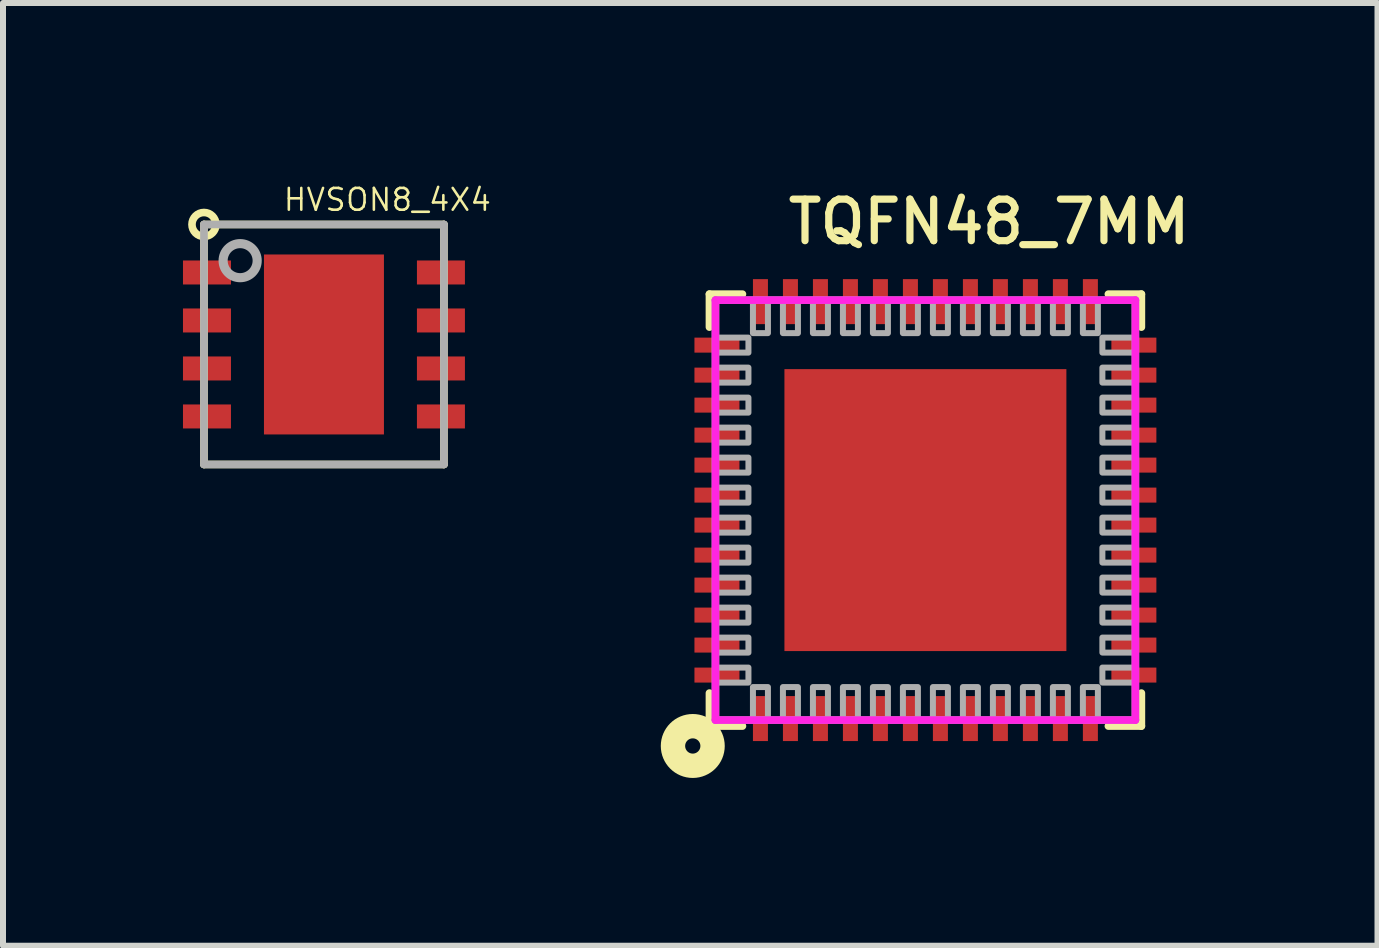
<source format=kicad_pcb>
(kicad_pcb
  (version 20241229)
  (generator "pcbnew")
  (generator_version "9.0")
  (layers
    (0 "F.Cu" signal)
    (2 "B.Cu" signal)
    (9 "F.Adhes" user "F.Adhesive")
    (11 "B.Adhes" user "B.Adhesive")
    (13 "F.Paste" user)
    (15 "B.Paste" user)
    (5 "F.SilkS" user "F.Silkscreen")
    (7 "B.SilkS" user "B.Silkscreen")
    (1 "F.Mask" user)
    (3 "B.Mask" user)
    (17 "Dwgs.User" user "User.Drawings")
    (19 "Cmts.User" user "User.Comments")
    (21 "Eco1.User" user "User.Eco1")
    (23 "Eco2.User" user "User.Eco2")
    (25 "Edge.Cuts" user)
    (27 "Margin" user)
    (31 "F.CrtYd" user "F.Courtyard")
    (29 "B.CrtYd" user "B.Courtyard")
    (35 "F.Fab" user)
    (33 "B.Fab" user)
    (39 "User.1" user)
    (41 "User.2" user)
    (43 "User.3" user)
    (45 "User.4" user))
  (footprint "HVSON8_4X4"
    (layer "F.Cu")
    (at 2.35 2.692)
    (property "Reference" "HVSON8_4X4" (at -0.7 -2.2 0) (unlocked yes) (layer "F.SilkS") (effects (font (size 0.363 0.363) (thickness 0.043)) (justify left bottom)))
    (fp_line (start -2 -2) (end 2 -2) (stroke (width 0.127) (type solid)) (layer "F.SilkS"))
    (fp_line (start -2 2) (end -2 -2) (stroke (width 0.127) (type solid)) (layer "F.SilkS"))
    (fp_line (start 2 -2) (end 2 2) (stroke (width 0.127) (type solid)) (layer "F.SilkS"))
    (fp_line (start 2 2) (end -2 2) (stroke (width 0.127) (type solid)) (layer "F.SilkS"))
    (fp_circle (center -2 -2) (end -1.8 -2) (stroke (width 0.127) (type solid)) (fill no) (layer "F.SilkS"))
    (fp_line (start -2 -2) (end 2 -2) (stroke (width 0.127) (type solid)) (layer "F.Fab"))
    (fp_line (start -2 2) (end -2 -2) (stroke (width 0.127) (type solid)) (layer "F.Fab"))
    (fp_line (start 2 -2) (end 2 2) (stroke (width 0.127) (type solid)) (layer "F.Fab"))
    (fp_line (start 2 2) (end -2 2) (stroke (width 0.127) (type solid)) (layer "F.Fab"))
    (fp_circle (center -1.397 -1.397) (end -1.113 -1.397) (stroke (width 0.152) (type solid)) (fill no) (layer "F.Fab"))
    (pad "1" smd rect (at -1.95 -1.2 90) (size 0.4 0.8) (layers "F.Cu" "F.Mask" "F.Paste"))
    (pad "2" smd rect (at -1.95 -0.4 90) (size 0.4 0.8) (layers "F.Cu" "F.Mask" "F.Paste"))
    (pad "3" smd rect (at -1.95 0.4 90) (size 0.4 0.8) (layers "F.Cu" "F.Mask" "F.Paste"))
    (pad "4" smd rect (at -1.95 1.2 90) (size 0.4 0.8) (layers "F.Cu" "F.Mask" "F.Paste"))
    (pad "5" smd rect (at 1.95 1.2 90) (size 0.4 0.8) (layers "F.Cu" "F.Mask" "F.Paste"))
    (pad "6" smd rect (at 1.95 0.4 90) (size 0.4 0.8) (layers "F.Cu" "F.Mask" "F.Paste"))
    (pad "7" smd rect (at 1.95 -0.4 90) (size 0.4 0.8) (layers "F.Cu" "F.Mask" "F.Paste"))
    (pad "8" smd rect (at 1.95 -1.2 90) (size 0.4 0.8) (layers "F.Cu" "F.Mask" "F.Paste"))
    (pad "9" smd rect (at 0 0) (size 2 3) (layers "F.Cu" "F.Mask")))
  (footprint "TQFN48_7MM"
    (layer "F.Cu")
    (at 12.376 5.453)
    (property "Reference" "TQFN48_7MM" (at -2.35 -4.4 0) (unlocked yes) (layer "F.SilkS") (effects (font (size 0.693 0.693) (thickness 0.12)) (justify left bottom)))
    (attr smd)
    (fp_line (start -3.6 -3.6) (end -3.6 -3.05) (stroke (width 0.127) (type solid)) (layer "F.SilkS"))
    (fp_line (start -3.6 3.05) (end -3.6 3.6) (stroke (width 0.127) (type solid)) (layer "F.SilkS"))
    (fp_line (start -3.6 3.6) (end -3.05 3.6) (stroke (width 0.127) (type solid)) (layer "F.SilkS"))
    (fp_line (start -3.05 -3.6) (end -3.6 -3.6) (stroke (width 0.127) (type solid)) (layer "F.SilkS"))
    (fp_line (start 3.05 -3.6) (end 3.6 -3.6) (stroke (width 0.127) (type solid)) (layer "F.SilkS"))
    (fp_line (start 3.6 -3.6) (end 3.6 -3.05) (stroke (width 0.127) (type solid)) (layer "F.SilkS"))
    (fp_line (start 3.6 3.05) (end 3.6 3.6) (stroke (width 0.127) (type solid)) (layer "F.SilkS"))
    (fp_line (start 3.6 3.6) (end 3.05 3.6) (stroke (width 0.127) (type solid)) (layer "F.SilkS"))
    (fp_circle (center -3.878 3.932) (end -3.751 3.932) (stroke (width 0.406) (type solid)) (fill no) (layer "F.SilkS"))
    (fp_poly (pts (xy -2 -0.5) (xy -1 -0.5) (xy -1 -2) (xy -2 -2)) (stroke (width 0) (type default)) (fill yes) (layer "F.Paste"))
    (fp_poly (pts (xy -2 2) (xy -1 2) (xy -1 0.5) (xy -2 0.5)) (stroke (width 0) (type default)) (fill yes) (layer "F.Paste"))
    (fp_poly (pts (xy -0.5 -0.5) (xy 0.5 -0.5) (xy 0.5 -2) (xy -0.5 -2)) (stroke (width 0) (type default)) (fill yes) (layer "F.Paste"))
    (fp_poly (pts (xy -0.5 2) (xy 0.5 2) (xy 0.5 0.5) (xy -0.5 0.5)) (stroke (width 0) (type default)) (fill yes) (layer "F.Paste"))
    (fp_poly (pts (xy 1 -0.5) (xy 2 -0.5) (xy 2 -2) (xy 1 -2)) (stroke (width 0) (type default)) (fill yes) (layer "F.Paste"))
    (fp_poly (pts (xy 1 2) (xy 2 2) (xy 2 0.5) (xy 1 0.5)) (stroke (width 0) (type default)) (fill yes) (layer "F.Paste"))
    (fp_line (start -3.5 -3.5) (end 3.5 -3.5) (stroke (width 0.127) (type solid)) (layer "F.CrtYd"))
    (fp_line (start -3.5 3.5) (end -3.5 -3.5) (stroke (width 0.127) (type solid)) (layer "F.CrtYd"))
    (fp_line (start 3.5 -3.5) (end 3.5 3.5) (stroke (width 0.127) (type solid)) (layer "F.CrtYd"))
    (fp_line (start 3.5 3.5) (end -3.5 3.5) (stroke (width 0.127) (type solid)) (layer "F.CrtYd"))
    (fp_line (start -3.5 -3.5) (end 3.5 -3.5) (stroke (width 0.127) (type solid)) (layer "F.Fab"))
    (fp_line (start -3.5 3.5) (end -3.5 -3.5) (stroke (width 0.127) (type solid)) (layer "F.Fab"))
    (fp_line (start 3.5 -3.5) (end 3.5 3.5) (stroke (width 0.127) (type solid)) (layer "F.Fab"))
    (fp_line (start 3.5 3.5) (end -3.5 3.5) (stroke (width 0.127) (type solid)) (layer "F.Fab"))
    (fp_poly (pts (xy -3.5 -2.625) (xy -2.95 -2.625) (xy -2.95 -2.875) (xy -3.5 -2.875)) (stroke (width 0.1) (type default)) (fill no) (layer "F.Fab"))
    (fp_poly (pts (xy -3.5 -2.125) (xy -2.95 -2.125) (xy -2.95 -2.375) (xy -3.5 -2.375)) (stroke (width 0.1) (type default)) (fill no) (layer "F.Fab"))
    (fp_poly (pts (xy -3.5 -1.625) (xy -2.95 -1.625) (xy -2.95 -1.875) (xy -3.5 -1.875)) (stroke (width 0.1) (type default)) (fill no) (layer "F.Fab"))
    (fp_poly (pts (xy -3.5 -1.125) (xy -2.95 -1.125) (xy -2.95 -1.375) (xy -3.5 -1.375)) (stroke (width 0.1) (type default)) (fill no) (layer "F.Fab"))
    (fp_poly (pts (xy -3.5 -0.625) (xy -2.95 -0.625) (xy -2.95 -0.875) (xy -3.5 -0.875)) (stroke (width 0.1) (type default)) (fill no) (layer "F.Fab"))
    (fp_poly (pts (xy -3.5 -0.125) (xy -2.95 -0.125) (xy -2.95 -0.375) (xy -3.5 -0.375)) (stroke (width 0.1) (type default)) (fill no) (layer "F.Fab"))
    (fp_poly (pts (xy -3.5 0.375) (xy -2.95 0.375) (xy -2.95 0.125) (xy -3.5 0.125)) (stroke (width 0.1) (type default)) (fill no) (layer "F.Fab"))
    (fp_poly (pts (xy -3.5 0.875) (xy -2.95 0.875) (xy -2.95 0.625) (xy -3.5 0.625)) (stroke (width 0.1) (type default)) (fill no) (layer "F.Fab"))
    (fp_poly (pts (xy -3.5 1.375) (xy -2.95 1.375) (xy -2.95 1.125) (xy -3.5 1.125)) (stroke (width 0.1) (type default)) (fill no) (layer "F.Fab"))
    (fp_poly (pts (xy -3.5 1.875) (xy -2.95 1.875) (xy -2.95 1.625) (xy -3.5 1.625)) (stroke (width 0.1) (type default)) (fill no) (layer "F.Fab"))
    (fp_poly (pts (xy -3.5 2.375) (xy -2.95 2.375) (xy -2.95 2.125) (xy -3.5 2.125)) (stroke (width 0.1) (type default)) (fill no) (layer "F.Fab"))
    (fp_poly (pts (xy -3.5 2.875) (xy -2.95 2.875) (xy -2.95 2.625) (xy -3.5 2.625)) (stroke (width 0.1) (type default)) (fill no) (layer "F.Fab"))
    (fp_poly (pts (xy -2.875 -3.5) (xy -2.875 -2.95) (xy -2.625 -2.95) (xy -2.625 -3.5)) (stroke (width 0.1) (type default)) (fill no) (layer "F.Fab"))
    (fp_poly (pts (xy -2.625 3.5) (xy -2.625 2.95) (xy -2.875 2.95) (xy -2.875 3.5)) (stroke (width 0.1) (type default)) (fill no) (layer "F.Fab"))
    (fp_poly (pts (xy -2.375 -3.5) (xy -2.375 -2.95) (xy -2.125 -2.95) (xy -2.125 -3.5)) (stroke (width 0.1) (type default)) (fill no) (layer "F.Fab"))
    (fp_poly (pts (xy -2.125 3.5) (xy -2.125 2.95) (xy -2.375 2.95) (xy -2.375 3.5)) (stroke (width 0.1) (type default)) (fill no) (layer "F.Fab"))
    (fp_poly (pts (xy -1.875 -3.5) (xy -1.875 -2.95) (xy -1.625 -2.95) (xy -1.625 -3.5)) (stroke (width 0.1) (type default)) (fill no) (layer "F.Fab"))
    (fp_poly (pts (xy -1.625 3.5) (xy -1.625 2.95) (xy -1.875 2.95) (xy -1.875 3.5)) (stroke (width 0.1) (type default)) (fill no) (layer "F.Fab"))
    (fp_poly (pts (xy -1.375 -3.5) (xy -1.375 -2.95) (xy -1.125 -2.95) (xy -1.125 -3.5)) (stroke (width 0.1) (type default)) (fill no) (layer "F.Fab"))
    (fp_poly (pts (xy -1.125 3.5) (xy -1.125 2.95) (xy -1.375 2.95) (xy -1.375 3.5)) (stroke (width 0.1) (type default)) (fill no) (layer "F.Fab"))
    (fp_poly (pts (xy -0.875 -3.5) (xy -0.875 -2.95) (xy -0.625 -2.95) (xy -0.625 -3.5)) (stroke (width 0.1) (type default)) (fill no) (layer "F.Fab"))
    (fp_poly (pts (xy -0.625 3.5) (xy -0.625 2.95) (xy -0.875 2.95) (xy -0.875 3.5)) (stroke (width 0.1) (type default)) (fill no) (layer "F.Fab"))
    (fp_poly (pts (xy -0.375 -3.5) (xy -0.375 -2.95) (xy -0.125 -2.95) (xy -0.125 -3.5)) (stroke (width 0.1) (type default)) (fill no) (layer "F.Fab"))
    (fp_poly (pts (xy -0.125 3.5) (xy -0.125 2.95) (xy -0.375 2.95) (xy -0.375 3.5)) (stroke (width 0.1) (type default)) (fill no) (layer "F.Fab"))
    (fp_poly (pts (xy 0.125 -3.5) (xy 0.125 -2.95) (xy 0.375 -2.95) (xy 0.375 -3.5)) (stroke (width 0.1) (type default)) (fill no) (layer "F.Fab"))
    (fp_poly (pts (xy 0.375 3.5) (xy 0.375 2.95) (xy 0.125 2.95) (xy 0.125 3.5)) (stroke (width 0.1) (type default)) (fill no) (layer "F.Fab"))
    (fp_poly (pts (xy 0.625 -3.5) (xy 0.625 -2.95) (xy 0.875 -2.95) (xy 0.875 -3.5)) (stroke (width 0.1) (type default)) (fill no) (layer "F.Fab"))
    (fp_poly (pts (xy 0.875 3.5) (xy 0.875 2.95) (xy 0.625 2.95) (xy 0.625 3.5)) (stroke (width 0.1) (type default)) (fill no) (layer "F.Fab"))
    (fp_poly (pts (xy 1.125 -3.5) (xy 1.125 -2.95) (xy 1.375 -2.95) (xy 1.375 -3.5)) (stroke (width 0.1) (type default)) (fill no) (layer "F.Fab"))
    (fp_poly (pts (xy 1.375 3.5) (xy 1.375 2.95) (xy 1.125 2.95) (xy 1.125 3.5)) (stroke (width 0.1) (type default)) (fill no) (layer "F.Fab"))
    (fp_poly (pts (xy 1.625 -3.5) (xy 1.625 -2.95) (xy 1.875 -2.95) (xy 1.875 -3.5)) (stroke (width 0.1) (type default)) (fill no) (layer "F.Fab"))
    (fp_poly (pts (xy 1.875 3.5) (xy 1.875 2.95) (xy 1.625 2.95) (xy 1.625 3.5)) (stroke (width 0.1) (type default)) (fill no) (layer "F.Fab"))
    (fp_poly (pts (xy 2.125 -3.5) (xy 2.125 -2.95) (xy 2.375 -2.95) (xy 2.375 -3.5)) (stroke (width 0.1) (type default)) (fill no) (layer "F.Fab"))
    (fp_poly (pts (xy 2.375 3.5) (xy 2.375 2.95) (xy 2.125 2.95) (xy 2.125 3.5)) (stroke (width 0.1) (type default)) (fill no) (layer "F.Fab"))
    (fp_poly (pts (xy 2.625 -3.5) (xy 2.625 -2.95) (xy 2.875 -2.95) (xy 2.875 -3.5)) (stroke (width 0.1) (type default)) (fill no) (layer "F.Fab"))
    (fp_poly (pts (xy 2.875 3.5) (xy 2.875 2.95) (xy 2.625 2.95) (xy 2.625 3.5)) (stroke (width 0.1) (type default)) (fill no) (layer "F.Fab"))
    (fp_poly (pts (xy 3.5 -2.875) (xy 2.95 -2.875) (xy 2.95 -2.625) (xy 3.5 -2.625)) (stroke (width 0.1) (type default)) (fill no) (layer "F.Fab"))
    (fp_poly (pts (xy 3.5 -2.375) (xy 2.95 -2.375) (xy 2.95 -2.125) (xy 3.5 -2.125)) (stroke (width 0.1) (type default)) (fill no) (layer "F.Fab"))
    (fp_poly (pts (xy 3.5 -1.875) (xy 2.95 -1.875) (xy 2.95 -1.625) (xy 3.5 -1.625)) (stroke (width 0.1) (type default)) (fill no) (layer "F.Fab"))
    (fp_poly (pts (xy 3.5 -1.375) (xy 2.95 -1.375) (xy 2.95 -1.125) (xy 3.5 -1.125)) (stroke (width 0.1) (type default)) (fill no) (layer "F.Fab"))
    (fp_poly (pts (xy 3.5 -0.875) (xy 2.95 -0.875) (xy 2.95 -0.625) (xy 3.5 -0.625)) (stroke (width 0.1) (type default)) (fill no) (layer "F.Fab"))
    (fp_poly (pts (xy 3.5 -0.375) (xy 2.95 -0.375) (xy 2.95 -0.125) (xy 3.5 -0.125)) (stroke (width 0.1) (type default)) (fill no) (layer "F.Fab"))
    (fp_poly (pts (xy 3.5 0.125) (xy 2.95 0.125) (xy 2.95 0.375) (xy 3.5 0.375)) (stroke (width 0.1) (type default)) (fill no) (layer "F.Fab"))
    (fp_poly (pts (xy 3.5 0.625) (xy 2.95 0.625) (xy 2.95 0.875) (xy 3.5 0.875)) (stroke (width 0.1) (type default)) (fill no) (layer "F.Fab"))
    (fp_poly (pts (xy 3.5 1.125) (xy 2.95 1.125) (xy 2.95 1.375) (xy 3.5 1.375)) (stroke (width 0.1) (type default)) (fill no) (layer "F.Fab"))
    (fp_poly (pts (xy 3.5 1.625) (xy 2.95 1.625) (xy 2.95 1.875) (xy 3.5 1.875)) (stroke (width 0.1) (type default)) (fill no) (layer "F.Fab"))
    (fp_poly (pts (xy 3.5 2.125) (xy 2.95 2.125) (xy 2.95 2.375) (xy 3.5 2.375)) (stroke (width 0.1) (type default)) (fill no) (layer "F.Fab"))
    (fp_poly (pts (xy 3.5 2.625) (xy 2.95 2.625) (xy 2.95 2.875) (xy 3.5 2.875)) (stroke (width 0.1) (type default)) (fill no) (layer "F.Fab"))
    (pad "1" smd rect (at -2.75 3.475 90) (size 0.75 0.25) (layers "F.Cu" "F.Mask" "F.Paste"))
    (pad "2" smd rect (at -2.25 3.475 90) (size 0.75 0.25) (layers "F.Cu" "F.Mask" "F.Paste"))
    (pad "3" smd rect (at -1.75 3.475 90) (size 0.75 0.25) (layers "F.Cu" "F.Mask" "F.Paste"))
    (pad "4" smd rect (at -1.25 3.475 90) (size 0.75 0.25) (layers "F.Cu" "F.Mask" "F.Paste"))
    (pad "5" smd rect (at -0.75 3.475 90) (size 0.75 0.25) (layers "F.Cu" "F.Mask" "F.Paste"))
    (pad "6" smd rect (at -0.25 3.475 90) (size 0.75 0.25) (layers "F.Cu" "F.Mask" "F.Paste"))
    (pad "7" smd rect (at 0.25 3.475 90) (size 0.75 0.25) (layers "F.Cu" "F.Mask" "F.Paste"))
    (pad "8" smd rect (at 0.75 3.475 90) (size 0.75 0.25) (layers "F.Cu" "F.Mask" "F.Paste"))
    (pad "9" smd rect (at 1.25 3.475 90) (size 0.75 0.25) (layers "F.Cu" "F.Mask" "F.Paste"))
    (pad "10" smd rect (at 1.75 3.475 90) (size 0.75 0.25) (layers "F.Cu" "F.Mask" "F.Paste"))
    (pad "11" smd rect (at 2.25 3.475 90) (size 0.75 0.25) (layers "F.Cu" "F.Mask" "F.Paste"))
    (pad "12" smd rect (at 2.75 3.475 90) (size 0.75 0.25) (layers "F.Cu" "F.Mask" "F.Paste"))
    (pad "13" smd rect (at 3.475 2.75 180) (size 0.75 0.25) (layers "F.Cu" "F.Mask" "F.Paste"))
    (pad "14" smd rect (at 3.475 2.25 180) (size 0.75 0.25) (layers "F.Cu" "F.Mask" "F.Paste"))
    (pad "15" smd rect (at 3.475 1.75 180) (size 0.75 0.25) (layers "F.Cu" "F.Mask" "F.Paste"))
    (pad "16" smd rect (at 3.475 1.25 180) (size 0.75 0.25) (layers "F.Cu" "F.Mask" "F.Paste"))
    (pad "17" smd rect (at 3.475 0.75 180) (size 0.75 0.25) (layers "F.Cu" "F.Mask" "F.Paste"))
    (pad "18" smd rect (at 3.475 0.25 180) (size 0.75 0.25) (layers "F.Cu" "F.Mask" "F.Paste"))
    (pad "19" smd rect (at 3.475 -0.25 180) (size 0.75 0.25) (layers "F.Cu" "F.Mask" "F.Paste"))
    (pad "20" smd rect (at 3.475 -0.75 180) (size 0.75 0.25) (layers "F.Cu" "F.Mask" "F.Paste"))
    (pad "21" smd rect (at 3.475 -1.25 180) (size 0.75 0.25) (layers "F.Cu" "F.Mask" "F.Paste"))
    (pad "22" smd rect (at 3.475 -1.75 180) (size 0.75 0.25) (layers "F.Cu" "F.Mask" "F.Paste"))
    (pad "23" smd rect (at 3.475 -2.25 180) (size 0.75 0.25) (layers "F.Cu" "F.Mask" "F.Paste"))
    (pad "24" smd rect (at 3.475 -2.75 180) (size 0.75 0.25) (layers "F.Cu" "F.Mask" "F.Paste"))
    (pad "25" smd rect (at 2.75 -3.475 270) (size 0.75 0.25) (layers "F.Cu" "F.Mask" "F.Paste"))
    (pad "26" smd rect (at 2.25 -3.475 270) (size 0.75 0.25) (layers "F.Cu" "F.Mask" "F.Paste"))
    (pad "27" smd rect (at 1.75 -3.475 270) (size 0.75 0.25) (layers "F.Cu" "F.Mask" "F.Paste"))
    (pad "28" smd rect (at 1.25 -3.475 270) (size 0.75 0.25) (layers "F.Cu" "F.Mask" "F.Paste"))
    (pad "29" smd rect (at 0.75 -3.475 270) (size 0.75 0.25) (layers "F.Cu" "F.Mask" "F.Paste"))
    (pad "30" smd rect (at 0.25 -3.475 270) (size 0.75 0.25) (layers "F.Cu" "F.Mask" "F.Paste"))
    (pad "31" smd rect (at -0.25 -3.475 270) (size 0.75 0.25) (layers "F.Cu" "F.Mask" "F.Paste"))
    (pad "32" smd rect (at -0.75 -3.475 270) (size 0.75 0.25) (layers "F.Cu" "F.Mask" "F.Paste"))
    (pad "33" smd rect (at -1.25 -3.475 270) (size 0.75 0.25) (layers "F.Cu" "F.Mask" "F.Paste"))
    (pad "34" smd rect (at -1.75 -3.475 270) (size 0.75 0.25) (layers "F.Cu" "F.Mask" "F.Paste"))
    (pad "35" smd rect (at -2.25 -3.475 270) (size 0.75 0.25) (layers "F.Cu" "F.Mask" "F.Paste"))
    (pad "36" smd rect (at -2.75 -3.475 270) (size 0.75 0.25) (layers "F.Cu" "F.Mask" "F.Paste"))
    (pad "37" smd rect (at -3.475 -2.75) (size 0.75 0.25) (layers "F.Cu" "F.Mask" "F.Paste"))
    (pad "38" smd rect (at -3.475 -2.25) (size 0.75 0.25) (layers "F.Cu" "F.Mask" "F.Paste"))
    (pad "39" smd rect (at -3.475 -1.75) (size 0.75 0.25) (layers "F.Cu" "F.Mask" "F.Paste"))
    (pad "40" smd rect (at -3.475 -1.25) (size 0.75 0.25) (layers "F.Cu" "F.Mask" "F.Paste"))
    (pad "41" smd rect (at -3.475 -0.75) (size 0.75 0.25) (layers "F.Cu" "F.Mask" "F.Paste"))
    (pad "42" smd rect (at -3.475 -0.25) (size 0.75 0.25) (layers "F.Cu" "F.Mask" "F.Paste"))
    (pad "43" smd rect (at -3.475 0.25) (size 0.75 0.25) (layers "F.Cu" "F.Mask" "F.Paste"))
    (pad "44" smd rect (at -3.475 0.75) (size 0.75 0.25) (layers "F.Cu" "F.Mask" "F.Paste"))
    (pad "45" smd rect (at -3.475 1.25) (size 0.75 0.25) (layers "F.Cu" "F.Mask" "F.Paste"))
    (pad "46" smd rect (at -3.475 1.75) (size 0.75 0.25) (layers "F.Cu" "F.Mask" "F.Paste"))
    (pad "47" smd rect (at -3.475 2.25) (size 0.75 0.25) (layers "F.Cu" "F.Mask" "F.Paste"))
    (pad "48" smd rect (at -3.475 2.75) (size 0.75 0.25) (layers "F.Cu" "F.Mask" "F.Paste"))
    (pad "49" smd rect (at 0 0) (size 4.7 4.7) (layers "F.Cu" "F.Mask")))
  (gr_rect
    (start -3 -3)
    (end 19.912 12.715)
    (stroke (width 0.1) (type default))
    (fill no)
    (layer "Edge.Cuts")))
</source>
